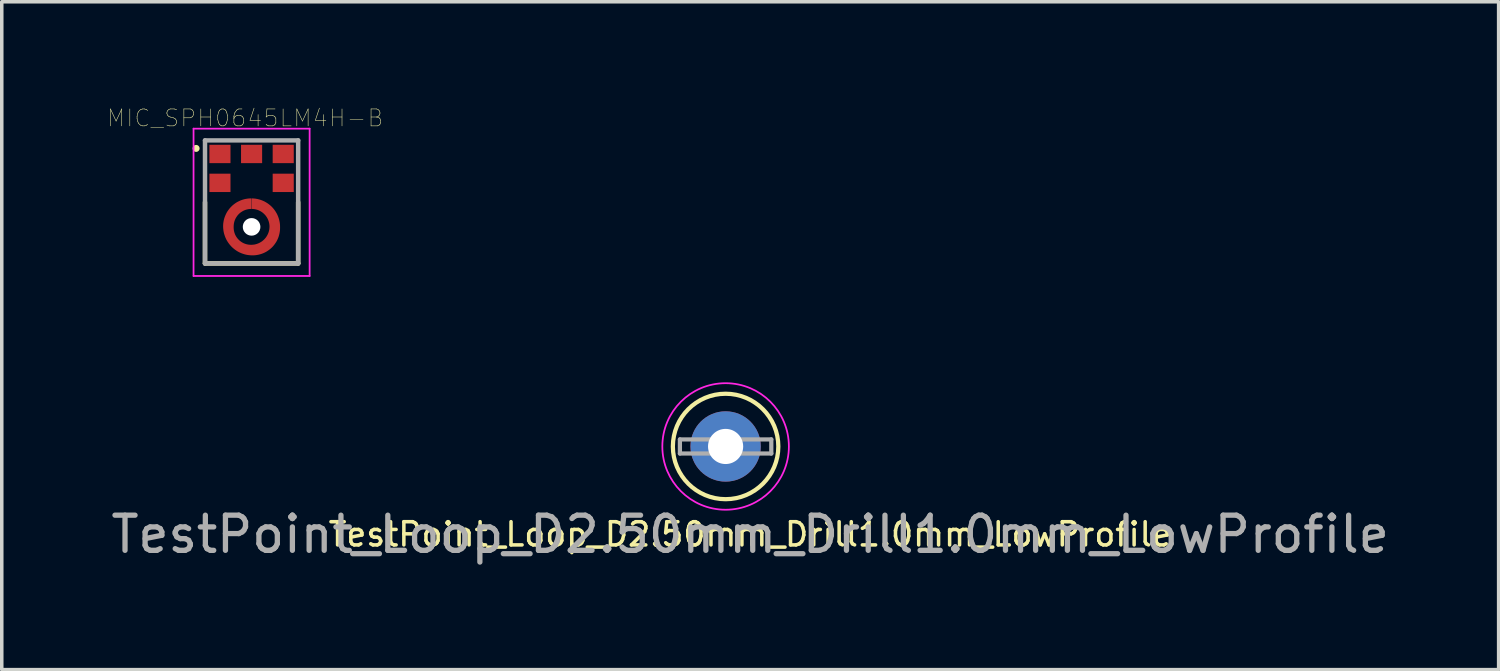
<source format=kicad_pcb>
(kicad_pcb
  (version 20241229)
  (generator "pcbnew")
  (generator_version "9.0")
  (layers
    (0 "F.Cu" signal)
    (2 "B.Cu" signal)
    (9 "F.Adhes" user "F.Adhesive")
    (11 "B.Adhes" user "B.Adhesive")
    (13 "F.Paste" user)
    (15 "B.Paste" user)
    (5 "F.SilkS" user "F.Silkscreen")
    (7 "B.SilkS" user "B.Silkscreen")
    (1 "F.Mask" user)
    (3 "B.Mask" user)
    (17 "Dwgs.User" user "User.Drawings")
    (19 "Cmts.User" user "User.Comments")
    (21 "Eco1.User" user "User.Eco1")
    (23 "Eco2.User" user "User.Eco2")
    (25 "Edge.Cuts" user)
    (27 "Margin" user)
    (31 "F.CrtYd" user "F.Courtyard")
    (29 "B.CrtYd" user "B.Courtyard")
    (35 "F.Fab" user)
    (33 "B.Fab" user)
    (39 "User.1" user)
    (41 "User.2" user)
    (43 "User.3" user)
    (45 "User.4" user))
  (footprint "MIC_SPH0645LM4H-B"
    (layer "F.Cu")
    (at 4.107 3.404)
    (property "Reference" "MIC_SPH0645LM4H-B" (at -0.182 -3.095 0) (layer "F.SilkS") (effects (font (size 0.482 0.482) (thickness 0.015))))
    (attr through_hole)
    (fp_poly (pts (xy -0.01 -0.51) (xy -0.01 -0.81) (xy -0.057 -0.809) (xy -0.098 -0.806) (xy -0.139 -0.8) (xy -0.18 -0.793) (xy -0.221 -0.783) (xy -0.261 -0.771) (xy -0.3 -0.757) (xy -0.338 -0.741) (xy -0.376 -0.723) (xy -0.413 -0.704) (xy -0.448 -0.682) (xy -0.482 -0.658) (xy -0.515 -0.633) (xy -0.547 -0.606) (xy -0.577 -0.577) (xy -0.606 -0.547) (xy -0.633 -0.515) (xy -0.658 -0.482) (xy -0.682 -0.448) (xy -0.704 -0.413) (xy -0.723 -0.376) (xy -0.741 -0.338) (xy -0.757 -0.3) (xy -0.771 -0.261) (xy -0.783 -0.221) (xy -0.793 -0.18) (xy -0.8 -0.139) (xy -0.806 -0.098) (xy -0.809 -0.057) (xy -0.81 -0.02) (xy -0.809 0.023) (xy -0.805 0.067) (xy -0.8 0.11) (xy -0.792 0.153) (xy -0.782 0.195) (xy -0.769 0.236) (xy -0.755 0.277) (xy -0.738 0.318) (xy -0.72 0.357) (xy -0.699 0.395) (xy -0.676 0.432) (xy -0.651 0.468) (xy -0.625 0.502) (xy -0.597 0.535) (xy -0.567 0.567) (xy -0.535 0.597) (xy -0.502 0.625) (xy -0.468 0.651) (xy -0.432 0.676) (xy -0.395 0.699) (xy -0.357 0.72) (xy -0.318 0.738) (xy -0.277 0.755) (xy -0.236 0.769) (xy -0.195 0.782) (xy -0.153 0.792) (xy -0.11 0.8) (xy -0.067 0.805) (xy -0.023 0.809) (xy 0.02 0.81) (xy 0.03 0.81) (xy 0.071 0.809) (xy 0.112 0.806) (xy 0.152 0.8) (xy 0.192 0.793) (xy 0.232 0.783) (xy 0.271 0.772) (xy 0.31 0.758) (xy 0.347 0.743) (xy 0.384 0.725) (xy 0.42 0.706) (xy 0.455 0.684) (xy 0.488 0.661) (xy 0.521 0.636) (xy 0.552 0.61) (xy 0.582 0.582) (xy 0.61 0.552) (xy 0.636 0.521) (xy 0.661 0.488) (xy 0.684 0.455) (xy 0.706 0.42) (xy 0.725 0.384) (xy 0.743 0.347) (xy 0.758 0.31) (xy 0.772 0.271) (xy 0.783 0.232) (xy 0.793 0.192) (xy 0.8 0.152) (xy 0.806 0.112) (xy 0.809 0.071) (xy 0.81 0.03) (xy 0.81 0) (xy 0.809 -0.042) (xy 0.806 -0.085) (xy 0.8 -0.127) (xy 0.792 -0.168) (xy 0.782 -0.21) (xy 0.77 -0.25) (xy 0.756 -0.29) (xy 0.74 -0.329) (xy 0.722 -0.368) (xy 0.701 -0.405) (xy 0.679 -0.441) (xy 0.655 -0.476) (xy 0.629 -0.51) (xy 0.602 -0.542) (xy 0.573 -0.573) (xy 0.542 -0.602) (xy 0.51 -0.629) (xy 0.476 -0.655) (xy 0.441 -0.679) (xy 0.405 -0.701) (xy 0.368 -0.722) (xy 0.329 -0.74) (xy 0.29 -0.756) (xy 0.25 -0.77) (xy 0.21 -0.782) (xy 0.168 -0.792) (xy 0.127 -0.8) (xy 0.085 -0.806) (xy 0.042 -0.809) (xy 0 -0.81) (xy 0 -0.51) (xy 0.023 -0.51) (xy 0.049 -0.508) (xy 0.075 -0.505) (xy 0.101 -0.501) (xy 0.127 -0.495) (xy 0.153 -0.488) (xy 0.178 -0.48) (xy 0.202 -0.47) (xy 0.226 -0.459) (xy 0.25 -0.447) (xy 0.273 -0.433) (xy 0.295 -0.419) (xy 0.316 -0.403) (xy 0.336 -0.386) (xy 0.356 -0.368) (xy 0.374 -0.349) (xy 0.392 -0.33) (xy 0.408 -0.309) (xy 0.424 -0.287) (xy 0.438 -0.265) (xy 0.451 -0.242) (xy 0.463 -0.218) (xy 0.473 -0.194) (xy 0.483 -0.169) (xy 0.49 -0.144) (xy 0.497 -0.119) (xy 0.502 -0.093) (xy 0.506 -0.067) (xy 0.509 -0.04) (xy 0.51 -0.01) (xy 0.509 0.017) (xy 0.507 0.044) (xy 0.504 0.071) (xy 0.499 0.098) (xy 0.492 0.125) (xy 0.485 0.151) (xy 0.475 0.176) (xy 0.465 0.202) (xy 0.453 0.226) (xy 0.44 0.25) (xy 0.426 0.273) (xy 0.411 0.296) (xy 0.394 0.317) (xy 0.376 0.338) (xy 0.358 0.358) (xy 0.338 0.376) (xy 0.317 0.394) (xy 0.296 0.411) (xy 0.273 0.426) (xy 0.25 0.44) (xy 0.226 0.453) (xy 0.202 0.465) (xy 0.176 0.475) (xy 0.151 0.485) (xy 0.125 0.492) (xy 0.098 0.499) (xy 0.071 0.504) (xy 0.044 0.507) (xy 0.017 0.509) (xy -0.01 0.51) (xy -0.02 0.51) (xy -0.046 0.509) (xy -0.071 0.507) (xy -0.097 0.504) (xy -0.122 0.499) (xy -0.147 0.493) (xy -0.171 0.486) (xy -0.196 0.477) (xy -0.219 0.468) (xy -0.242 0.457) (xy -0.265 0.444) (xy -0.287 0.431) (xy -0.308 0.416) (xy -0.328 0.401) (xy -0.348 0.384) (xy -0.366 0.366) (xy -0.384 0.348) (xy -0.401 0.328) (xy -0.416 0.308) (xy -0.431 0.287) (xy -0.444 0.265) (xy -0.457 0.242) (xy -0.468 0.219) (xy -0.477 0.196) (xy -0.486 0.171) (xy -0.493 0.147) (xy -0.499 0.122) (xy -0.504 0.097) (xy -0.507 0.071) (xy -0.509 0.046) (xy -0.51 0.02) (xy -0.51 -0.01) (xy -0.509 -0.036) (xy -0.507 -0.062) (xy -0.504 -0.088) (xy -0.499 -0.114) (xy -0.493 -0.139) (xy -0.486 -0.165) (xy -0.477 -0.189) (xy -0.467 -0.213) (xy -0.456 -0.237) (xy -0.443 -0.26) (xy -0.429 -0.282) (xy -0.415 -0.304) (xy -0.399 -0.325) (xy -0.382 -0.345) (xy -0.364 -0.364) (xy -0.345 -0.382) (xy -0.325 -0.399) (xy -0.304 -0.415) (xy -0.282 -0.429) (xy -0.26 -0.443) (xy -0.237 -0.456) (xy -0.213 -0.467) (xy -0.189 -0.477) (xy -0.165 -0.486) (xy -0.139 -0.493) (xy -0.114 -0.499) (xy -0.088 -0.504) (xy -0.062 -0.507) (xy -0.036 -0.509) (xy -0.01 -0.51)) (stroke (width 0.001) (type solid)) (fill yes) (layer "F.Cu"))
    (fp_circle (center 0 0) (end 0.456 0) (stroke (width 0.912) (type solid)) (fill no) (layer "F.Mask"))
    (fp_line (start -1.325 1.04) (end -1.325 -0.7) (stroke (width 0.127) (type solid)) (layer "F.SilkS"))
    (fp_line (start 1.325 -0.7) (end 1.325 1.04) (stroke (width 0.127) (type solid)) (layer "F.SilkS"))
    (fp_line (start 1.325 1.04) (end -1.325 1.04) (stroke (width 0.127) (type solid)) (layer "F.SilkS"))
    (fp_circle (center -1.578 -2.232) (end -1.528 -2.232) (stroke (width 0.1) (type solid)) (fill no) (layer "F.SilkS"))
    (fp_poly (pts (xy 0.38 0.53) (xy 0.28 0.425) (xy 0.23 0.46) (xy 0.12 0.5) (xy 0 0.514) (xy -0.12 0.5) (xy -0.225 0.462) (xy -0.288 0.426) (xy -0.385 0.525) (xy -0.5 0.64) (xy -0.405 0.705) (xy -0.31 0.75) (xy -0.22 0.78) (xy -0.14 0.8) (xy 0 0.81) (xy 0.16 0.796) (xy 0.31 0.75) (xy 0.425 0.69) (xy 0.495 0.645)) (stroke (width 0.001) (type solid)) (fill yes) (layer "F.Paste"))
    (fp_poly (pts (xy -0.375 -0.53) (xy -0.28 -0.435) (xy -0.23 -0.46) (xy -0.175 -0.485) (xy -0.12 -0.5) (xy -0.06 -0.51) (xy 0 -0.514) (xy 0.12 -0.5) (xy 0.225 -0.462) (xy 0.283 -0.426) (xy 0.385 -0.525) (xy 0.5 -0.64) (xy 0.41 -0.7) (xy 0.31 -0.75) (xy 0.23 -0.78) (xy 0.14 -0.8) (xy 0 -0.81) (xy -0.16 -0.796) (xy -0.31 -0.75) (xy -0.415 -0.7) (xy -0.49 -0.645)) (stroke (width 0.001) (type solid)) (fill yes) (layer "F.Paste"))
    (fp_poly (pts (xy 0.53 -0.385) (xy 0.425 -0.28) (xy 0.46 -0.23) (xy 0.5 -0.12) (xy 0.514 0) (xy 0.5 0.12) (xy 0.462 0.225) (xy 0.421 0.283) (xy 0.52 0.38) (xy 0.64 0.5) (xy 0.705 0.405) (xy 0.75 0.31) (xy 0.78 0.23) (xy 0.8 0.14) (xy 0.81 0.06) (xy 0.81 -0.065) (xy 0.796 -0.16) (xy 0.78 -0.235) (xy 0.75 -0.31) (xy 0.705 -0.405) (xy 0.64 -0.5)) (stroke (width 0.001) (type solid)) (fill yes) (layer "F.Paste"))
    (fp_poly (pts (xy -0.53 0.385) (xy -0.43 0.285) (xy -0.465 0.23) (xy -0.505 0.12) (xy -0.51 0.12) (xy -0.505 0.11) (xy -0.52 0.005) (xy -0.524 -0.005) (xy -0.52 -0.005) (xy -0.505 -0.125) (xy -0.462 -0.225) (xy -0.426 -0.293) (xy -0.525 -0.39) (xy -0.635 -0.505) (xy -0.7 -0.41) (xy -0.75 -0.31) (xy -0.78 -0.22) (xy -0.8 -0.14) (xy -0.81 0) (xy -0.796 0.16) (xy -0.75 0.31) (xy -0.705 0.4) (xy -0.64 0.5)) (stroke (width 0.001) (type solid)) (fill yes) (layer "F.Paste"))
    (fp_line (start -1.651 -2.794) (end 1.651 -2.794) (stroke (width 0.05) (type solid)) (layer "F.CrtYd"))
    (fp_line (start -1.651 1.397) (end -1.651 -2.794) (stroke (width 0.05) (type solid)) (layer "F.CrtYd"))
    (fp_line (start 1.651 -2.794) (end 1.651 1.397) (stroke (width 0.05) (type solid)) (layer "F.CrtYd"))
    (fp_line (start 1.651 1.397) (end -1.651 1.397) (stroke (width 0.05) (type solid)) (layer "F.CrtYd"))
    (fp_line (start -1.325 -2.46) (end 1.325 -2.46) (stroke (width 0.127) (type solid)) (layer "F.Fab"))
    (fp_line (start -1.325 1.04) (end -1.325 -2.46) (stroke (width 0.127) (type solid)) (layer "F.Fab"))
    (fp_line (start 1.325 -2.46) (end 1.325 1.04) (stroke (width 0.127) (type solid)) (layer "F.Fab"))
    (fp_line (start 1.325 1.04) (end -1.325 1.04) (stroke (width 0.127) (type solid)) (layer "F.Fab"))
    (pad "" np_thru_hole circle (at 0 0) (size 0.5 0.5) (drill 0.5) (layers "*.Cu" "*.Mask"))
    (pad "1" smd rect (at -0.9 -2.074) (size 0.6 0.522) (layers "F.Cu" "F.Mask" "F.Paste"))
    (pad "2" smd rect (at -0.9 -1.252) (size 0.6 0.522) (layers "F.Cu" "F.Mask" "F.Paste"))
    (pad "3" smd rect (at 0.65 -0.02) (size 0.1 0.1) (layers "F.Cu"))
    (pad "4" smd rect (at 0.9 -1.252) (size 0.6 0.522) (layers "F.Cu" "F.Mask" "F.Paste"))
    (pad "5" smd rect (at 0.9 -2.074) (size 0.6 0.522) (layers "F.Cu" "F.Mask" "F.Paste"))
    (pad "6" smd rect (at 0 -2.074) (size 0.6 0.522) (layers "F.Cu" "F.Mask" "F.Paste")))
  (footprint "TestPoint_Loop_D2.50mm_Drill1.0mm_LowProfile"
    (layer "F.Cu")
    (at 17.592 9.651)
    (property "Reference" "TestPoint_Loop_D2.50mm_Drill1.0mm_LowProfile" (at 0.7 2.5 0) (layer "F.SilkS") (effects (font (size 0.66 0.66) (thickness 0.1))))
    (attr through_hole)
    (fp_circle (center 0 0) (end 1.5 0) (stroke (width 0.12) (type solid)) (fill no) (layer "F.SilkS"))
    (fp_circle (center 0 0) (end 1.8 0) (stroke (width 0.05) (type solid)) (fill no) (layer "F.CrtYd"))
    (fp_line (start -1.3 -0.2) (end -1.3 0.2) (stroke (width 0.12) (type solid)) (layer "F.Fab"))
    (fp_line (start -1.3 0.2) (end 1.3 0.2) (stroke (width 0.12) (type solid)) (layer "F.Fab"))
    (fp_line (start 1.3 -0.2) (end -1.3 -0.2) (stroke (width 0.12) (type solid)) (layer "F.Fab"))
    (fp_line (start 1.3 0.2) (end 1.3 -0.2) (stroke (width 0.12) (type solid)) (layer "F.Fab"))
    (fp_text user "${REFERENCE}" (at 0.7 2.5 0) (layer "F.Fab") (effects (font (size 1 1) (thickness 0.15))))
    (pad "1" thru_hole circle (at 0 0) (size 2 2) (drill 1) (layers "*.Cu" "*.Mask")))
  (gr_rect
    (start -3 -3)
    (end 39.583 15.999)
    (stroke (width 0.1) (type default))
    (fill no)
    (layer "Edge.Cuts")))
</source>
